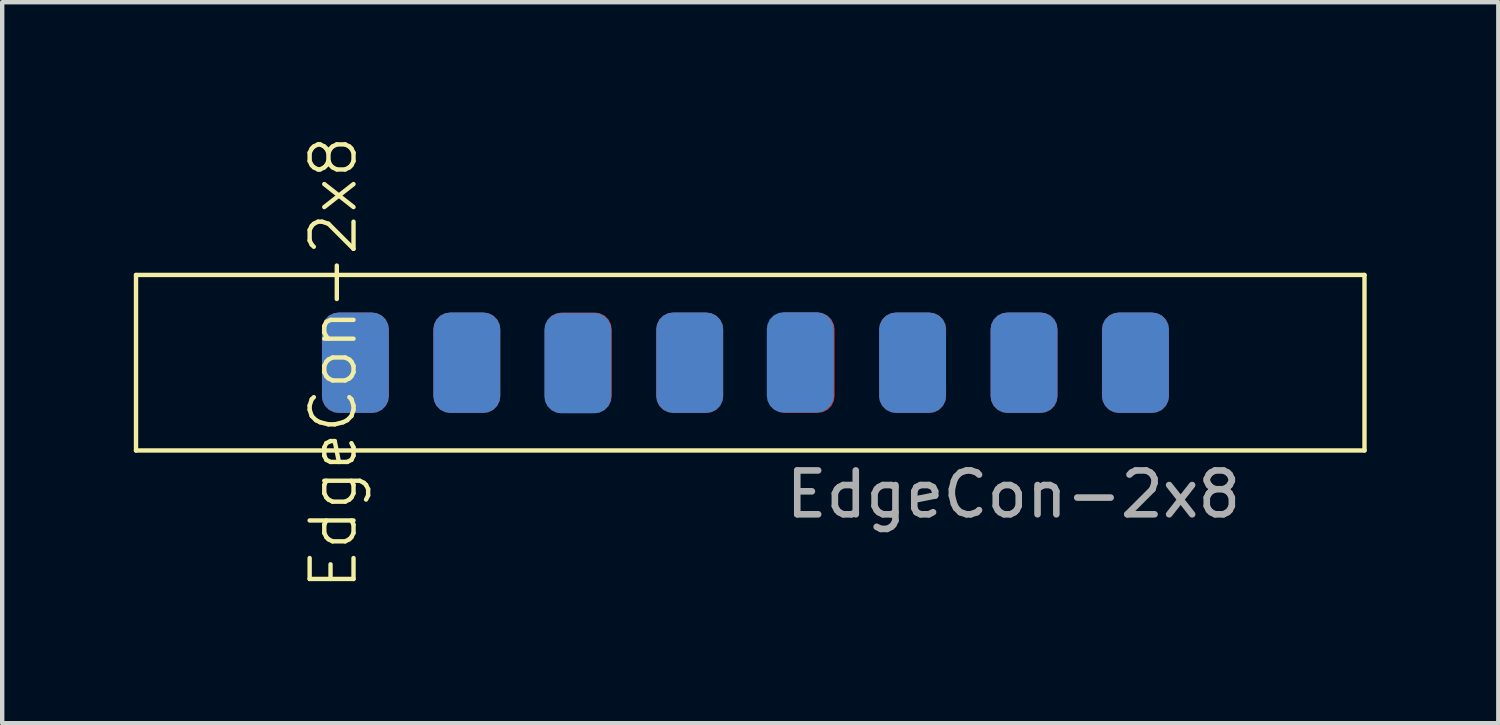
<source format=kicad_pcb>
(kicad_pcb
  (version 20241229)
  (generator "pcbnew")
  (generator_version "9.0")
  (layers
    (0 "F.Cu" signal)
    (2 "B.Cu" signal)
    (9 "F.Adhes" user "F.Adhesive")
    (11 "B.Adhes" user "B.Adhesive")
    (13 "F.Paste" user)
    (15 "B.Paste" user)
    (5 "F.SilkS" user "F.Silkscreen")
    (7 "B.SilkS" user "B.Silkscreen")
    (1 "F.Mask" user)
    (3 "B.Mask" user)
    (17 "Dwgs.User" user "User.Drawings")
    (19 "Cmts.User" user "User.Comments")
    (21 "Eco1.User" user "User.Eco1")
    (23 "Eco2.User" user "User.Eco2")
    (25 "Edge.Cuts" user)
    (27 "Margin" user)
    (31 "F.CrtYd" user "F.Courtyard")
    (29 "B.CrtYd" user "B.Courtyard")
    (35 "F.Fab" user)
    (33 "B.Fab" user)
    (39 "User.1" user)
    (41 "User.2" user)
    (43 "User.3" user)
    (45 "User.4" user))
  (footprint "EdgeCon-2x8"
    (layer "F.Cu")
    (at 5.05 5.217)
    (property "Reference" "EdgeCon-2x8" (at -0.5 0 90) (unlocked yes) (layer "F.SilkS") (effects (font (size 1 1) (thickness 0.1))))
    (attr smd)
    (fp_line (start -5 -2) (end 23 -2) (stroke (width 0.1) (type default)) (layer "F.SilkS"))
    (fp_line (start -5 2) (end -5 -2) (stroke (width 0.1) (type default)) (layer "F.SilkS"))
    (fp_line (start -5 2) (end 23 2) (stroke (width 0.1) (type default)) (layer "F.SilkS"))
    (fp_line (start 23 -2) (end 23 2) (stroke (width 0.1) (type default)) (layer "F.SilkS"))
    (fp_text user "${REFERENCE}" (at 15 3 0) (unlocked yes) (layer "F.Fab") (effects (font (size 1 1) (thickness 0.15))))
    (pad "1" smd roundrect (at 0 0 90) (size 2.286 1.524) (layers "F.Cu" "F.Mask" "F.Paste") (roundrect_rratio 0.25))
    (pad "2" smd roundrect (at 0 0 90) (size 2.286 1.524) (layers "F.Mask" "B.Cu" "F.Paste") (roundrect_rratio 0.25))
    (pad "3" smd roundrect (at 2.54 0 90) (size 2.286 1.524) (layers "F.Cu" "F.Mask" "F.Paste") (roundrect_rratio 0.25))
    (pad "4" smd roundrect (at 2.54 0 90) (size 2.286 1.524) (layers "F.Mask" "B.Cu" "F.Paste") (roundrect_rratio 0.25))
    (pad "5" smd roundrect (at 5.08 0 90) (size 2.286 1.524) (layers "F.Cu" "F.Mask" "F.Paste") (roundrect_rratio 0.25))
    (pad "6" smd roundrect (at 5.07 0.01 90) (size 2.286 1.524) (layers "F.Mask" "B.Cu" "F.Paste") (roundrect_rratio 0.25))
    (pad "7" smd roundrect (at 7.62 0 90) (size 2.286 1.524) (layers "F.Cu" "F.Mask" "F.Paste") (roundrect_rratio 0.25))
    (pad "8" smd roundrect (at 7.62 0 90) (size 2.286 1.524) (layers "F.Mask" "B.Cu" "F.Paste") (roundrect_rratio 0.25))
    (pad "9" smd roundrect (at 10.16 0 90) (size 2.286 1.524) (layers "F.Cu" "F.Mask" "F.Paste") (roundrect_rratio 0.25))
    (pad "10" smd roundrect (at 10.139 -0.007 90) (size 2.286 1.524) (layers "F.Mask" "B.Cu" "F.Paste") (roundrect_rratio 0.25))
    (pad "11" smd roundrect (at 12.7 0 90) (size 2.286 1.524) (layers "F.Cu" "F.Mask" "F.Paste") (roundrect_rratio 0.25))
    (pad "12" smd roundrect (at 12.7 0 90) (size 2.286 1.524) (layers "F.Mask" "B.Cu" "F.Paste") (roundrect_rratio 0.25))
    (pad "13" smd roundrect (at 15.24 0 90) (size 2.286 1.524) (layers "F.Cu" "F.Mask" "F.Paste") (roundrect_rratio 0.25))
    (pad "14" smd roundrect (at 15.24 0 90) (size 2.286 1.524) (layers "F.Mask" "B.Cu" "F.Paste") (roundrect_rratio 0.25))
    (pad "15" smd roundrect (at 17.78 0 90) (size 2.286 1.524) (layers "F.Cu" "F.Mask" "F.Paste") (roundrect_rratio 0.25))
    (pad "16" smd roundrect (at 17.78 0 90) (size 2.286 1.524) (layers "F.Mask" "B.Cu" "F.Paste") (roundrect_rratio 0.25)))
  (gr_rect
    (start -3 -3)
    (end 31.1 13.433)
    (stroke (width 0.1) (type default))
    (fill no)
    (layer "Edge.Cuts")))
</source>
